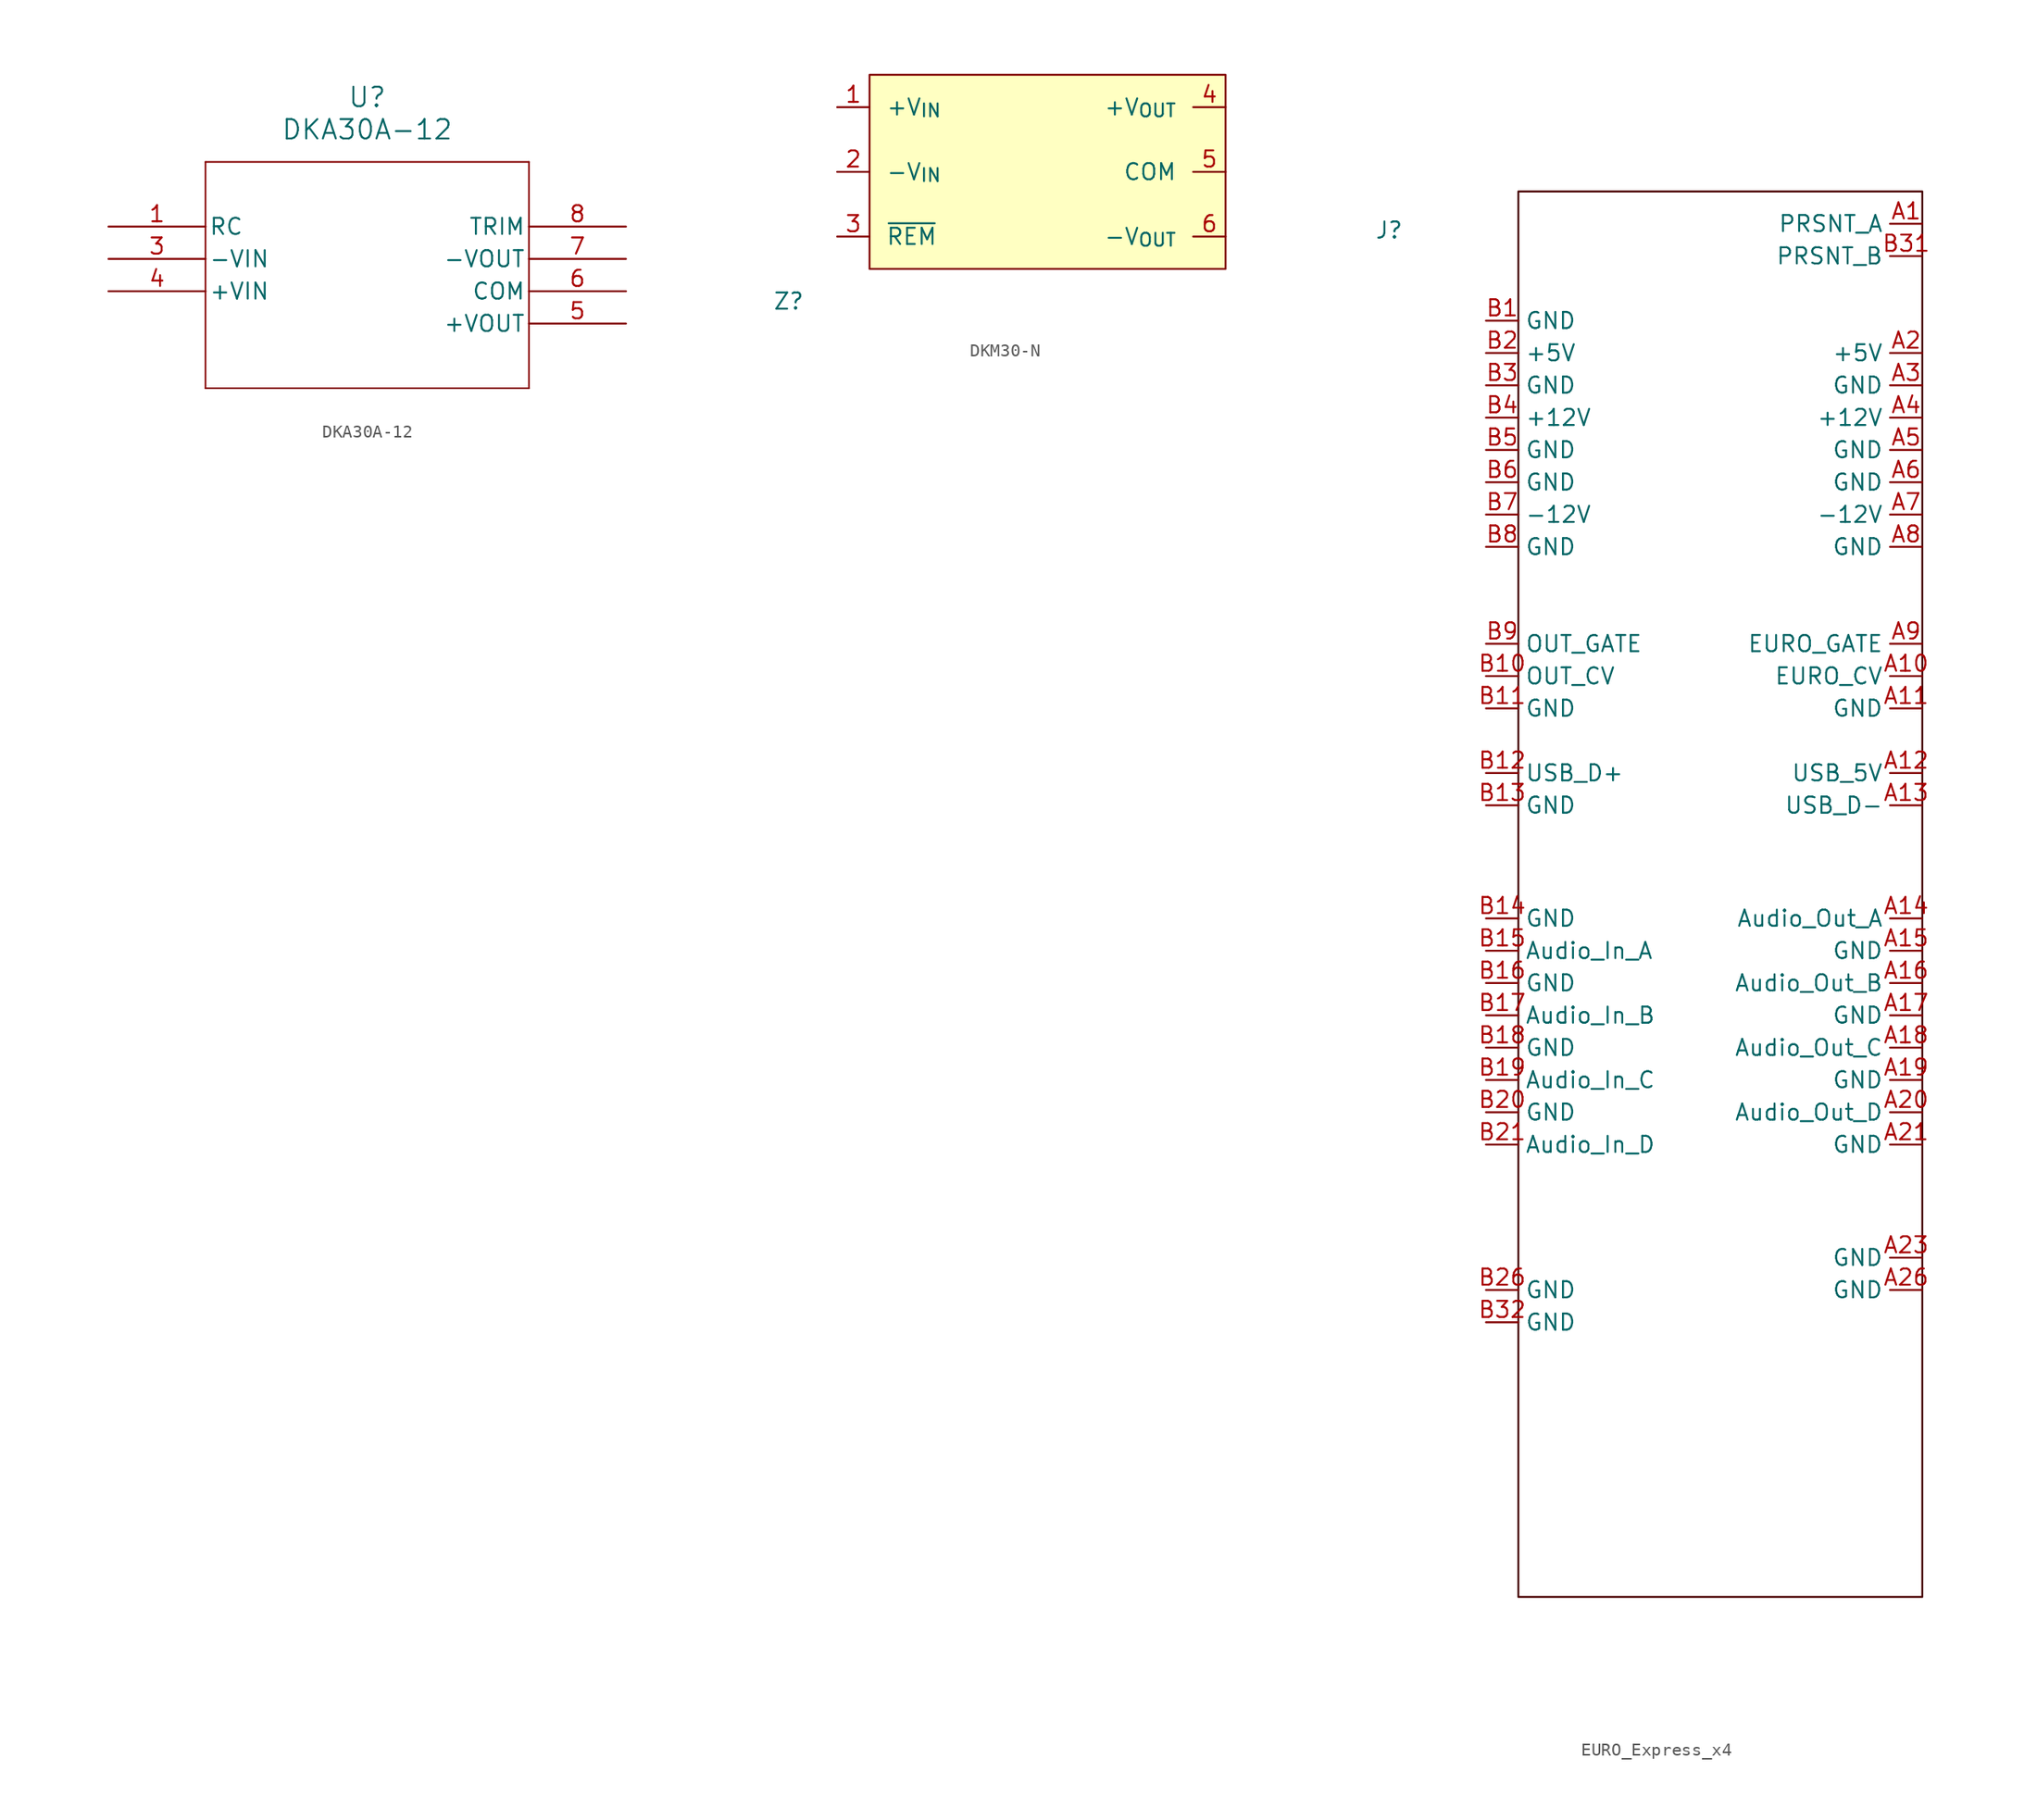
<source format=kicad_sym>
(kicad_symbol_lib
  (version 20231120)
  (generator "kicad_symbol_editor")
  (generator_version "8.0")
  (symbol "DKA30A-12"
    (pin_names
      (offset 0.254))
    (property "Reference" "U"
      (at 20.32 10.16 0)
      (effects (font (size 1.524 1.524))))
    (property "Value" "DKA30A-12"
      (at 20.32 7.62 0)
      (effects (font (size 1.524 1.524))))
    (symbol "DKA30A-12_0_1"
      (polyline (pts (xy 7.62 -12.7) (xy 33.02 -12.7)) (stroke (width 0.127) (type default)) (fill (type none)))
      (polyline (pts (xy 7.62 5.08) (xy 7.62 -12.7)) (stroke (width 0.127) (type default)) (fill (type none)))
      (polyline (pts (xy 33.02 -12.7) (xy 33.02 5.08)) (stroke (width 0.127) (type default)) (fill (type none)))
      (polyline (pts (xy 33.02 5.08) (xy 7.62 5.08)) (stroke (width 0.127) (type default)) (fill (type none)))
      (pin unspecified line (at 0 0 0) (length 7.62) (name "RC" (effects (font (size 1.27 1.27)))) (number "1" (effects (font (size 1.27 1.27)))))
      (pin power_in line (at 0 -2.54 0) (length 7.62) (name "-VIN" (effects (font (size 1.27 1.27)))) (number "3" (effects (font (size 1.27 1.27)))))
      (pin power_in line (at 0 -5.08 0) (length 7.62) (name "+VIN" (effects (font (size 1.27 1.27)))) (number "4" (effects (font (size 1.27 1.27)))))
      (pin output line (at 40.64 -7.62 180) (length 7.62) (name "+VOUT" (effects (font (size 1.27 1.27)))) (number "5" (effects (font (size 1.27 1.27)))))
      (pin unspecified line (at 40.64 -5.08 180) (length 7.62) (name "COM" (effects (font (size 1.27 1.27)))) (number "6" (effects (font (size 1.27 1.27)))))
      (pin output line (at 40.64 -2.54 180) (length 7.62) (name "-VOUT" (effects (font (size 1.27 1.27)))) (number "7" (effects (font (size 1.27 1.27)))))
      (pin unspecified line (at 40.64 0 180) (length 7.62) (name "TRIM" (effects (font (size 1.27 1.27)))) (number "8" (effects (font (size 1.27 1.27)))))))
  (symbol "DKM30-N"
    (pin_names
      (offset 1.27))
    (property "Reference" "Z"
      (at 0 0 0)
      (effects (font (size 1.27 1.27))))
    (property "Value" ""
      (at 0 0 0)
      (effects (font (size 1.27 1.27))))
    (symbol "DKM30-N_1_1"
      (rectangle (start 6.35 17.78) (end 34.29 2.54) (stroke (width 0) (type default)) (fill (type background)))
      (pin power_in line (at 3.81 15.24 0) (length 2.54) (name "+V_{IN}" (effects (font (size 1.27 1.27)))) (number "1" (effects (font (size 1.27 1.27)))))
      (pin power_in line (at 3.81 10.16 0) (length 2.54) (name "-V_{IN}" (effects (font (size 1.27 1.27)))) (number "2" (effects (font (size 1.27 1.27)))))
      (pin input line (at 3.81 5.08 0) (length 2.54) (name "~{REM}" (effects (font (size 1.27 1.27)))) (number "3" (effects (font (size 1.27 1.27)))))
      (pin power_out line (at 34.29 15.24 180) (length 2.54) (name "+V_{OUT}" (effects (font (size 1.27 1.27)))) (number "4" (effects (font (size 1.27 1.27)))))
      (pin power_out line (at 34.29 10.16 180) (length 2.54) (name "COM" (effects (font (size 1.27 1.27)))) (number "5" (effects (font (size 1.27 1.27)))))
      (pin power_out line (at 34.29 5.08 180) (length 2.54) (name "-V_{OUT}" (effects (font (size 1.27 1.27)))) (number "6" (effects (font (size 1.27 1.27)))))))
  (symbol "EURO_Express_x4"
    (property "Reference" "J"
      (at 1.27 2.032 0)
      (effects (font (size 1.27 1.27))))
    (property "Value" ""
      (at 43.18 -5.08 0)
      (effects (font (size 1.27 1.27))))
    (symbol "EURO_Express_x4_0_0"
      (pin passive line (at 43.18 2.54 180) (length 2.54) (name "PRSNT_A" (effects (font (size 1.27 1.27)))) (number "A1" (effects (font (size 1.27 1.27)))))
      (pin bidirectional line (at 43.18 -33.02 180) (length 2.54) (name "EURO_CV" (effects (font (size 1.27 1.27)))) (number "A10" (effects (font (size 1.27 1.27)))))
      (pin passive line (at 43.18 -35.56 180) (length 2.54) (name "GND" (effects (font (size 1.27 1.27)))) (number "A11" (effects (font (size 1.27 1.27)))))
      (pin power_out line (at 43.18 -40.64 180) (length 2.54) (name "USB_5V" (effects (font (size 1.27 1.27)))) (number "A12" (effects (font (size 1.27 1.27)))))
      (pin bidirectional line (at 43.18 -43.18 180) (length 2.54) (name "USB_D-" (effects (font (size 1.27 1.27)))) (number "A13" (effects (font (size 1.27 1.27)))))
      (pin bidirectional line (at 43.18 -52.07 180) (length 2.54) (name "Audio_Out_A" (effects (font (size 1.27 1.27)))) (number "A14" (effects (font (size 1.27 1.27)))))
      (pin passive line (at 43.18 -54.61 180) (length 2.54) (name "GND" (effects (font (size 1.27 1.27)))) (number "A15" (effects (font (size 1.27 1.27)))))
      (pin bidirectional line (at 43.18 -57.15 180) (length 2.54) (name "Audio_Out_B" (effects (font (size 1.27 1.27)))) (number "A16" (effects (font (size 1.27 1.27)))))
      (pin passive line (at 43.18 -59.69 180) (length 2.54) (name "GND" (effects (font (size 1.27 1.27)))) (number "A17" (effects (font (size 1.27 1.27)))))
      (pin bidirectional line (at 43.18 -62.23 180) (length 2.54) (name "Audio_Out_C" (effects (font (size 1.27 1.27)))) (number "A18" (effects (font (size 1.27 1.27)))))
      (pin passive line (at 43.18 -64.77 180) (length 2.54) (name "GND" (effects (font (size 1.27 1.27)))) (number "A19" (effects (font (size 1.27 1.27)))))
      (pin power_in line (at 43.18 -7.62 180) (length 2.54) (name "+5V" (effects (font (size 1.27 1.27)))) (number "A2" (effects (font (size 1.27 1.27)))))
      (pin bidirectional line (at 43.18 -67.31 180) (length 2.54) (name "Audio_Out_D" (effects (font (size 1.27 1.27)))) (number "A20" (effects (font (size 1.27 1.27)))))
      (pin passive line (at 43.18 -69.85 180) (length 2.54) (name "GND" (effects (font (size 1.27 1.27)))) (number "A21" (effects (font (size 1.27 1.27)))))
      (pin passive line (at 43.18 -78.74 180) (length 2.54) (name "GND" (effects (font (size 1.27 1.27)))) (number "A23" (effects (font (size 1.27 1.27)))))
      (pin passive line (at 43.18 -81.28 180) (length 2.54) (name "GND" (effects (font (size 1.27 1.27)))) (number "A26" (effects (font (size 1.27 1.27)))))
      (pin passive line (at 43.18 -10.16 180) (length 2.54) (name "GND" (effects (font (size 1.27 1.27)))) (number "A3" (effects (font (size 1.27 1.27)))))
      (pin power_in line (at 43.18 -12.7 180) (length 2.54) (name "+12V" (effects (font (size 1.27 1.27)))) (number "A4" (effects (font (size 1.27 1.27)))))
      (pin passive line (at 43.18 -15.24 180) (length 2.54) (name "GND" (effects (font (size 1.27 1.27)))) (number "A5" (effects (font (size 1.27 1.27)))))
      (pin passive line (at 43.18 -17.78 180) (length 2.54) (name "GND" (effects (font (size 1.27 1.27)))) (number "A6" (effects (font (size 1.27 1.27)))))
      (pin power_in line (at 43.18 -20.32 180) (length 2.54) (name "-12V" (effects (font (size 1.27 1.27)))) (number "A7" (effects (font (size 1.27 1.27)))))
      (pin passive line (at 43.18 -22.86 180) (length 2.54) (name "GND" (effects (font (size 1.27 1.27)))) (number "A8" (effects (font (size 1.27 1.27)))))
      (pin bidirectional line (at 43.18 -30.48 180) (length 2.54) (name "EURO_GATE" (effects (font (size 1.27 1.27)))) (number "A9" (effects (font (size 1.27 1.27)))))
      (pin passive line (at 8.89 -5.08 0) (length 2.54) (name "GND" (effects (font (size 1.27 1.27)))) (number "B1" (effects (font (size 1.27 1.27)))))
      (pin bidirectional line (at 8.89 -33.02 0) (length 2.54) (name "OUT_CV" (effects (font (size 1.27 1.27)))) (number "B10" (effects (font (size 1.27 1.27)))))
      (pin passive line (at 8.89 -35.56 0) (length 2.54) (name "GND" (effects (font (size 1.27 1.27)))) (number "B11" (effects (font (size 1.27 1.27)))))
      (pin bidirectional line (at 8.89 -40.64 0) (length 2.54) (name "USB_D+" (effects (font (size 1.27 1.27)))) (number "B12" (effects (font (size 1.27 1.27)))))
      (pin passive line (at 8.89 -43.18 0) (length 2.54) (name "GND" (effects (font (size 1.27 1.27)))) (number "B13" (effects (font (size 1.27 1.27)))))
      (pin passive line (at 8.89 -52.07 0) (length 2.54) (name "GND" (effects (font (size 1.27 1.27)))) (number "B14" (effects (font (size 1.27 1.27)))))
      (pin bidirectional line (at 8.89 -54.61 0) (length 2.54) (name "Audio_In_A" (effects (font (size 1.27 1.27)))) (number "B15" (effects (font (size 1.27 1.27)))))
      (pin passive line (at 8.89 -57.15 0) (length 2.54) (name "GND" (effects (font (size 1.27 1.27)))) (number "B16" (effects (font (size 1.27 1.27)))))
      (pin bidirectional line (at 8.89 -59.69 0) (length 2.54) (name "Audio_In_B" (effects (font (size 1.27 1.27)))) (number "B17" (effects (font (size 1.27 1.27)))))
      (pin passive line (at 8.89 -62.23 0) (length 2.54) (name "GND" (effects (font (size 1.27 1.27)))) (number "B18" (effects (font (size 1.27 1.27)))))
      (pin bidirectional line (at 8.89 -64.77 0) (length 2.54) (name "Audio_In_C" (effects (font (size 1.27 1.27)))) (number "B19" (effects (font (size 1.27 1.27)))))
      (pin power_in line (at 8.89 -7.62 0) (length 2.54) (name "+5V" (effects (font (size 1.27 1.27)))) (number "B2" (effects (font (size 1.27 1.27)))))
      (pin passive line (at 8.89 -67.31 0) (length 2.54) (name "GND" (effects (font (size 1.27 1.27)))) (number "B20" (effects (font (size 1.27 1.27)))))
      (pin bidirectional line (at 8.89 -69.85 0) (length 2.54) (name "Audio_In_D" (effects (font (size 1.27 1.27)))) (number "B21" (effects (font (size 1.27 1.27)))))
      (pin passive line (at 8.89 -81.28 0) (length 2.54) (name "GND" (effects (font (size 1.27 1.27)))) (number "B26" (effects (font (size 1.27 1.27)))))
      (pin passive line (at 8.89 -10.16 0) (length 2.54) (name "GND" (effects (font (size 1.27 1.27)))) (number "B3" (effects (font (size 1.27 1.27)))))
      (pin passive line (at 8.89 -83.82 0) (length 2.54) (name "GND" (effects (font (size 1.27 1.27)))) (number "B32" (effects (font (size 1.27 1.27)))))
      (pin power_in line (at 8.89 -12.7 0) (length 2.54) (name "+12V" (effects (font (size 1.27 1.27)))) (number "B4" (effects (font (size 1.27 1.27)))))
      (pin passive line (at 8.89 -15.24 0) (length 2.54) (name "GND" (effects (font (size 1.27 1.27)))) (number "B5" (effects (font (size 1.27 1.27)))))
      (pin passive line (at 8.89 -17.78 0) (length 2.54) (name "GND" (effects (font (size 1.27 1.27)))) (number "B6" (effects (font (size 1.27 1.27)))))
      (pin power_in line (at 8.89 -20.32 0) (length 2.54) (name "-12V" (effects (font (size 1.27 1.27)))) (number "B7" (effects (font (size 1.27 1.27)))))
      (pin passive line (at 8.89 -22.86 0) (length 2.54) (name "GND" (effects (font (size 1.27 1.27)))) (number "B8" (effects (font (size 1.27 1.27)))))
      (pin bidirectional line (at 8.89 -30.48 0) (length 2.54) (name "OUT_GATE" (effects (font (size 1.27 1.27)))) (number "B9" (effects (font (size 1.27 1.27))))))
    (symbol "EURO_Express_x4_1_1"
      (rectangle (start 11.43 5.08) (end 43.18 -105.41) (stroke (width 0) (type default) (color 72 0 0 1)) (fill (type none)))
      (pin passive line (at 43.18 0 180) (length 2.54) (name "PRSNT_B" (effects (font (size 1.27 1.27)))) (number "B31" (effects (font (size 1.27 1.27))))))))
</source>
